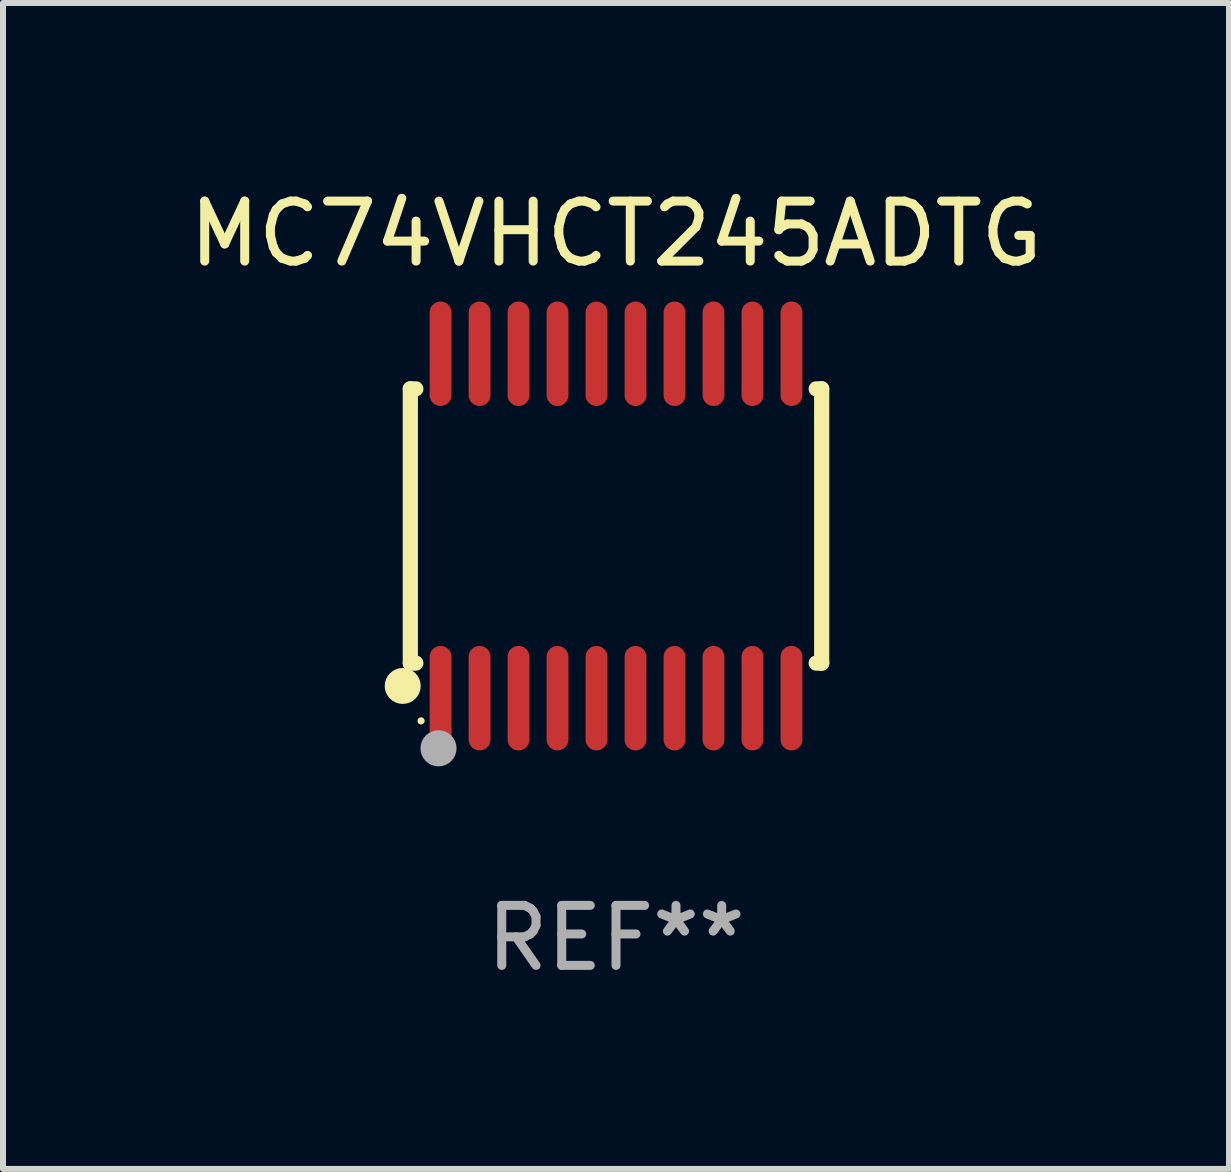
<source format=kicad_pcb>
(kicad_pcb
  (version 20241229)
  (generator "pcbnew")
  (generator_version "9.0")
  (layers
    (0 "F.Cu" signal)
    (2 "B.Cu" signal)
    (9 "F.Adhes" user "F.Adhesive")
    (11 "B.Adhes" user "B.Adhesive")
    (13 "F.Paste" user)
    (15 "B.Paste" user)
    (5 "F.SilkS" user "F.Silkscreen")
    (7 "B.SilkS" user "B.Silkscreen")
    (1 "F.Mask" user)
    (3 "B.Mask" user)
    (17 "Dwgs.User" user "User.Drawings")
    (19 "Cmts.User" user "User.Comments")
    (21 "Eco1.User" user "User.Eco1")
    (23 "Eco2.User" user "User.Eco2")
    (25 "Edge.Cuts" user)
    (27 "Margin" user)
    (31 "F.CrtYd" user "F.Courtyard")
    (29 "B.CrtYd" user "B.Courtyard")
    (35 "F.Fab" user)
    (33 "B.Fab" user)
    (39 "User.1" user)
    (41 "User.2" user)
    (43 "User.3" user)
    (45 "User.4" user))
  (footprint "MC74VHCT245ADTG"
    (layer "F.Cu")
    (at 7.22 5.719)
    (property "Reference" "MC74VHCT245ADTG" (at 0 -4.871 0) (layer "F.SilkS") (effects (font (size 1 1) (thickness 0.15))))
    (attr through_hole)
    (fp_line (start -3.429 -2.286) (end -3.429 2.286) (stroke (width 0.254) (type solid)) (layer "F.SilkS"))
    (fp_line (start -3.429 2.286) (end -3.338 2.286) (stroke (width 0.254) (type solid)) (layer "F.SilkS"))
    (fp_line (start -3.338 -2.286) (end -3.429 -2.286) (stroke (width 0.254) (type solid)) (layer "F.SilkS"))
    (fp_line (start 3.338 -2.286) (end 3.429 -2.286) (stroke (width 0.254) (type solid)) (layer "F.SilkS"))
    (fp_line (start 3.429 -2.286) (end 3.429 2.286) (stroke (width 0.254) (type solid)) (layer "F.SilkS"))
    (fp_line (start 3.429 2.286) (end 3.338 2.286) (stroke (width 0.254) (type solid)) (layer "F.SilkS"))
    (fp_circle (center -3.556 2.667) (end -3.406 2.667) (stroke (width 0.3) (type solid)) (fill no) (layer "F.SilkS"))
    (fp_circle (center -3.25 3.25) (end -3.22 3.25) (stroke (width 0.06) (type solid)) (fill no) (layer "F.SilkS"))
    (fp_circle (center -2.959 3.707) (end -2.808 3.707) (stroke (width 0.3) (type solid)) (fill no) (layer "F.Fab"))
    (fp_text user "REF**" (at 0 6.871 0) (layer "F.Fab") (effects (font (size 1 1) (thickness 0.15))))
    (pad "1" smd oval (at -2.925 2.871) (size 0.364 1.742) (layers "F.Cu" "F.Mask" "F.Paste"))
    (pad "2" smd oval (at -2.275 2.871) (size 0.364 1.742) (layers "F.Cu" "F.Mask" "F.Paste"))
    (pad "3" smd oval (at -1.625 2.871) (size 0.364 1.742) (layers "F.Cu" "F.Mask" "F.Paste"))
    (pad "4" smd oval (at -0.975 2.871) (size 0.364 1.742) (layers "F.Cu" "F.Mask" "F.Paste"))
    (pad "5" smd oval (at -0.325 2.871) (size 0.364 1.742) (layers "F.Cu" "F.Mask" "F.Paste"))
    (pad "6" smd oval (at 0.325 2.871) (size 0.364 1.742) (layers "F.Cu" "F.Mask" "F.Paste"))
    (pad "7" smd oval (at 0.975 2.871) (size 0.364 1.742) (layers "F.Cu" "F.Mask" "F.Paste"))
    (pad "8" smd oval (at 1.625 2.871) (size 0.364 1.742) (layers "F.Cu" "F.Mask" "F.Paste"))
    (pad "9" smd oval (at 2.275 2.871) (size 0.364 1.742) (layers "F.Cu" "F.Mask" "F.Paste"))
    (pad "10" smd oval (at 2.925 2.871) (size 0.364 1.742) (layers "F.Cu" "F.Mask" "F.Paste"))
    (pad "11" smd oval (at 2.925 -2.871) (size 0.364 1.742) (layers "F.Cu" "F.Mask" "F.Paste"))
    (pad "12" smd oval (at 2.275 -2.871) (size 0.364 1.742) (layers "F.Cu" "F.Mask" "F.Paste"))
    (pad "13" smd oval (at 1.625 -2.871) (size 0.364 1.742) (layers "F.Cu" "F.Mask" "F.Paste"))
    (pad "14" smd oval (at 0.975 -2.871) (size 0.364 1.742) (layers "F.Cu" "F.Mask" "F.Paste"))
    (pad "15" smd oval (at 0.325 -2.871) (size 0.364 1.742) (layers "F.Cu" "F.Mask" "F.Paste"))
    (pad "16" smd oval (at -0.325 -2.871) (size 0.364 1.742) (layers "F.Cu" "F.Mask" "F.Paste"))
    (pad "17" smd oval (at -0.975 -2.871) (size 0.364 1.742) (layers "F.Cu" "F.Mask" "F.Paste"))
    (pad "18" smd oval (at -1.625 -2.871) (size 0.364 1.742) (layers "F.Cu" "F.Mask" "F.Paste"))
    (pad "19" smd oval (at -2.275 -2.871) (size 0.364 1.742) (layers "F.Cu" "F.Mask" "F.Paste"))
    (pad "20" smd oval (at -2.925 -2.871) (size 0.364 1.742) (layers "F.Cu" "F.Mask" "F.Paste")))
  (gr_rect
    (start -3 -3)
    (end 17.44 16.438)
    (stroke (width 0.1) (type default))
    (fill no)
    (layer "Edge.Cuts")))
</source>
